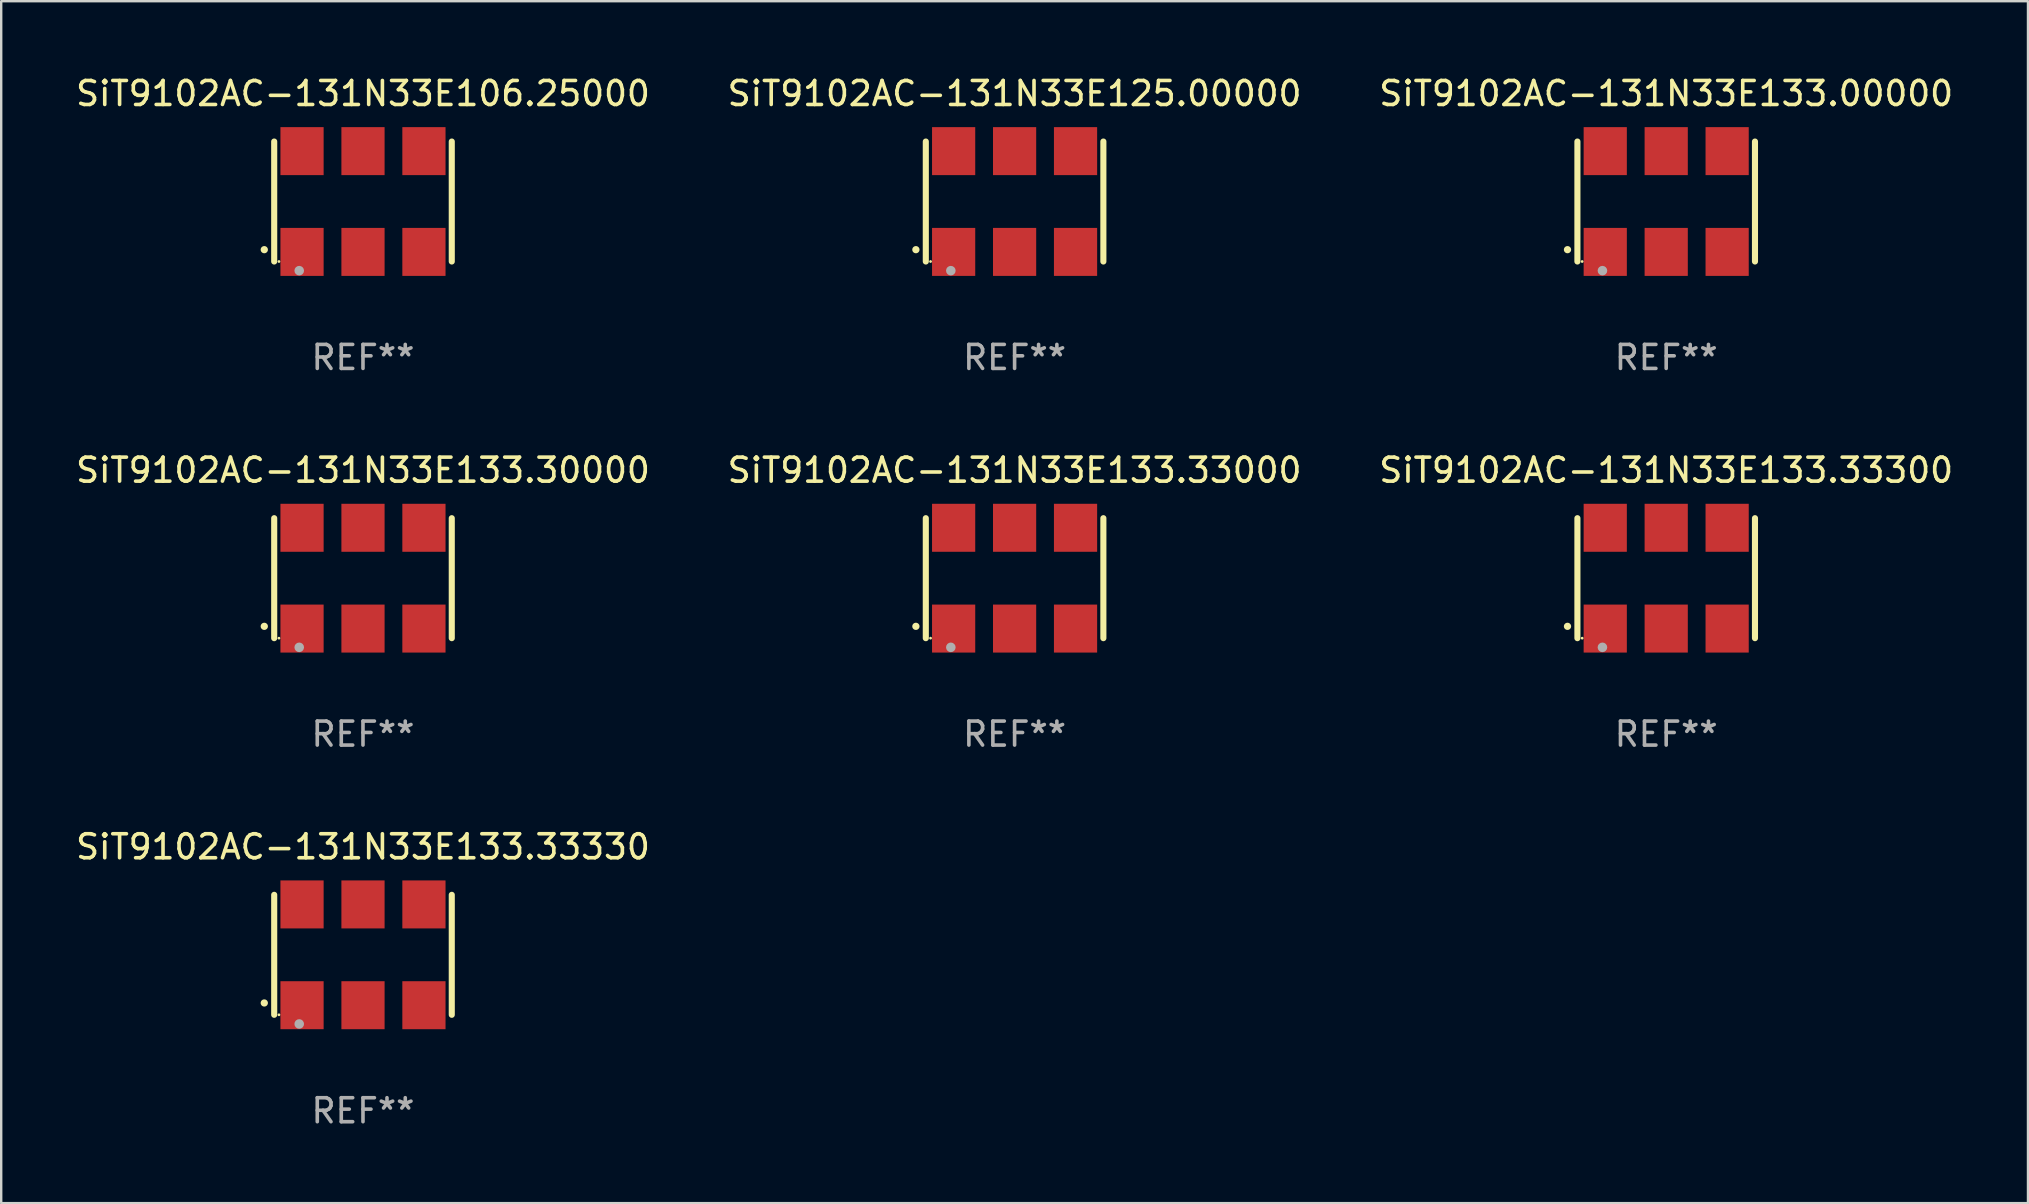
<source format=kicad_pcb>
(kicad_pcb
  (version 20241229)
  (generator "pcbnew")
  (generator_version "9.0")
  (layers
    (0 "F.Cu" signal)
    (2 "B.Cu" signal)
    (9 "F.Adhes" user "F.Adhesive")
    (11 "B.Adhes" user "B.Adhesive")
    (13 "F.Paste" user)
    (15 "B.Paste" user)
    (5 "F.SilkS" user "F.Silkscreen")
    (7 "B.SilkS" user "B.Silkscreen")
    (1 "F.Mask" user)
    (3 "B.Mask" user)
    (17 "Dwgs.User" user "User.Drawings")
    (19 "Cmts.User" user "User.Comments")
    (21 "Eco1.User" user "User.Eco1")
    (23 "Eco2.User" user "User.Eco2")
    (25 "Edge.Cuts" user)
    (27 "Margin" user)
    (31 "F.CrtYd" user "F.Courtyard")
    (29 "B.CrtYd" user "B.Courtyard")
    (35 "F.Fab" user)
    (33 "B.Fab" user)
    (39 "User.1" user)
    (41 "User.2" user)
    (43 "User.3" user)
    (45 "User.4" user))
  (footprint "SiT9102AC-131N33E133.33000"
    (layer "F.Cu")
    (at 39.232 21.045)
    (property "Reference" "SiT9102AC-131N33E133.33000" (at 0 -4.5 0) (layer "F.SilkS") (effects (font (size 1 1) (thickness 0.15))))
    (attr through_hole)
    (fp_line (start -3.7 -2.5) (end -3.7 2.5) (stroke (width 0.254) (type solid)) (layer "F.SilkS"))
    (fp_line (start 3.7 -2.5) (end 3.7 2.5) (stroke (width 0.254) (type solid)) (layer "F.SilkS"))
    (fp_arc (start -4.114415 2.006604) (mid -4.113145 2.006599) (end -4.111875 2.006604) (stroke (width 0.3) (type solid)) (layer "F.SilkS"))
    (fp_circle (center -3.502 2.5) (end -3.472 2.5) (stroke (width 0.06) (type solid)) (fill no) (layer "F.SilkS"))
    (fp_circle (center -2.657 2.882) (end -2.557 2.882) (stroke (width 0.2) (type solid)) (fill no) (layer "F.Fab"))
    (fp_text user "REF**" (at 0 6.5 0) (layer "F.Fab") (effects (font (size 1 1) (thickness 0.15))))
    (pad "1" smd rect (at -2.54 2.1) (size 1.8 2) (layers "F.Cu" "F.Mask" "F.Paste"))
    (pad "2" smd rect (at 0.000394 2.1) (size 1.8 2) (layers "F.Cu" "F.Mask" "F.Paste"))
    (pad "3" smd rect (at 2.54 2.1) (size 1.8 2) (layers "F.Cu" "F.Mask" "F.Paste"))
    (pad "4" smd rect (at 2.54 -2.1) (size 1.8 2) (layers "F.Cu" "F.Mask" "F.Paste"))
    (pad "5" smd rect (at 0.000394 -2.1) (size 1.8 2) (layers "F.Cu" "F.Mask" "F.Paste"))
    (pad "6" smd rect (at -2.54 -2.1) (size 1.8 2) (layers "F.Cu" "F.Mask" "F.Paste")))
  (footprint "SiT9102AC-131N33E106.25000"
    (layer "F.Cu")
    (at 12.077 5.348)
    (property "Reference" "SiT9102AC-131N33E106.25000" (at 0 -4.5 0) (layer "F.SilkS") (effects (font (size 1 1) (thickness 0.15))))
    (attr through_hole)
    (fp_line (start -3.7 -2.5) (end -3.7 2.5) (stroke (width 0.254) (type solid)) (layer "F.SilkS"))
    (fp_line (start 3.7 -2.5) (end 3.7 2.5) (stroke (width 0.254) (type solid)) (layer "F.SilkS"))
    (fp_arc (start -4.114415 2.006604) (mid -4.113145 2.006599) (end -4.111875 2.006604) (stroke (width 0.3) (type solid)) (layer "F.SilkS"))
    (fp_circle (center -3.502 2.5) (end -3.472 2.5) (stroke (width 0.06) (type solid)) (fill no) (layer "F.SilkS"))
    (fp_circle (center -2.657 2.882) (end -2.557 2.882) (stroke (width 0.2) (type solid)) (fill no) (layer "F.Fab"))
    (fp_text user "REF**" (at 0 6.5 0) (layer "F.Fab") (effects (font (size 1 1) (thickness 0.15))))
    (pad "1" smd rect (at -2.54 2.1) (size 1.8 2) (layers "F.Cu" "F.Mask" "F.Paste"))
    (pad "2" smd rect (at 0.000394 2.1) (size 1.8 2) (layers "F.Cu" "F.Mask" "F.Paste"))
    (pad "3" smd rect (at 2.54 2.1) (size 1.8 2) (layers "F.Cu" "F.Mask" "F.Paste"))
    (pad "4" smd rect (at 2.54 -2.1) (size 1.8 2) (layers "F.Cu" "F.Mask" "F.Paste"))
    (pad "5" smd rect (at 0.000394 -2.1) (size 1.8 2) (layers "F.Cu" "F.Mask" "F.Paste"))
    (pad "6" smd rect (at -2.54 -2.1) (size 1.8 2) (layers "F.Cu" "F.Mask" "F.Paste")))
  (footprint "SiT9102AC-131N33E133.00000"
    (layer "F.Cu")
    (at 66.387 5.348)
    (property "Reference" "SiT9102AC-131N33E133.00000" (at 0 -4.5 0) (layer "F.SilkS") (effects (font (size 1 1) (thickness 0.15))))
    (attr through_hole)
    (fp_line (start -3.7 -2.5) (end -3.7 2.5) (stroke (width 0.254) (type solid)) (layer "F.SilkS"))
    (fp_line (start 3.7 -2.5) (end 3.7 2.5) (stroke (width 0.254) (type solid)) (layer "F.SilkS"))
    (fp_arc (start -4.114415 2.006604) (mid -4.113145 2.006599) (end -4.111875 2.006604) (stroke (width 0.3) (type solid)) (layer "F.SilkS"))
    (fp_circle (center -3.502 2.5) (end -3.472 2.5) (stroke (width 0.06) (type solid)) (fill no) (layer "F.SilkS"))
    (fp_circle (center -2.657 2.882) (end -2.557 2.882) (stroke (width 0.2) (type solid)) (fill no) (layer "F.Fab"))
    (fp_text user "REF**" (at 0 6.5 0) (layer "F.Fab") (effects (font (size 1 1) (thickness 0.15))))
    (pad "1" smd rect (at -2.54 2.1) (size 1.8 2) (layers "F.Cu" "F.Mask" "F.Paste"))
    (pad "2" smd rect (at 0.000394 2.1) (size 1.8 2) (layers "F.Cu" "F.Mask" "F.Paste"))
    (pad "3" smd rect (at 2.54 2.1) (size 1.8 2) (layers "F.Cu" "F.Mask" "F.Paste"))
    (pad "4" smd rect (at 2.54 -2.1) (size 1.8 2) (layers "F.Cu" "F.Mask" "F.Paste"))
    (pad "5" smd rect (at 0.000394 -2.1) (size 1.8 2) (layers "F.Cu" "F.Mask" "F.Paste"))
    (pad "6" smd rect (at -2.54 -2.1) (size 1.8 2) (layers "F.Cu" "F.Mask" "F.Paste")))
  (footprint "SiT9102AC-131N33E133.33300"
    (layer "F.Cu")
    (at 66.387 21.045)
    (property "Reference" "SiT9102AC-131N33E133.33300" (at 0 -4.5 0) (layer "F.SilkS") (effects (font (size 1 1) (thickness 0.15))))
    (attr through_hole)
    (fp_line (start -3.7 -2.5) (end -3.7 2.5) (stroke (width 0.254) (type solid)) (layer "F.SilkS"))
    (fp_line (start 3.7 -2.5) (end 3.7 2.5) (stroke (width 0.254) (type solid)) (layer "F.SilkS"))
    (fp_arc (start -4.114415 2.006604) (mid -4.113145 2.006599) (end -4.111875 2.006604) (stroke (width 0.3) (type solid)) (layer "F.SilkS"))
    (fp_circle (center -3.502 2.5) (end -3.472 2.5) (stroke (width 0.06) (type solid)) (fill no) (layer "F.SilkS"))
    (fp_circle (center -2.657 2.882) (end -2.557 2.882) (stroke (width 0.2) (type solid)) (fill no) (layer "F.Fab"))
    (fp_text user "REF**" (at 0 6.5 0) (layer "F.Fab") (effects (font (size 1 1) (thickness 0.15))))
    (pad "1" smd rect (at -2.54 2.1) (size 1.8 2) (layers "F.Cu" "F.Mask" "F.Paste"))
    (pad "2" smd rect (at 0.000394 2.1) (size 1.8 2) (layers "F.Cu" "F.Mask" "F.Paste"))
    (pad "3" smd rect (at 2.54 2.1) (size 1.8 2) (layers "F.Cu" "F.Mask" "F.Paste"))
    (pad "4" smd rect (at 2.54 -2.1) (size 1.8 2) (layers "F.Cu" "F.Mask" "F.Paste"))
    (pad "5" smd rect (at 0.000394 -2.1) (size 1.8 2) (layers "F.Cu" "F.Mask" "F.Paste"))
    (pad "6" smd rect (at -2.54 -2.1) (size 1.8 2) (layers "F.Cu" "F.Mask" "F.Paste")))
  (footprint "SiT9102AC-131N33E133.30000"
    (layer "F.Cu")
    (at 12.077 21.045)
    (property "Reference" "SiT9102AC-131N33E133.30000" (at 0 -4.5 0) (layer "F.SilkS") (effects (font (size 1 1) (thickness 0.15))))
    (attr through_hole)
    (fp_line (start -3.7 -2.5) (end -3.7 2.5) (stroke (width 0.254) (type solid)) (layer "F.SilkS"))
    (fp_line (start 3.7 -2.5) (end 3.7 2.5) (stroke (width 0.254) (type solid)) (layer "F.SilkS"))
    (fp_arc (start -4.114415 2.006604) (mid -4.113145 2.006599) (end -4.111875 2.006604) (stroke (width 0.3) (type solid)) (layer "F.SilkS"))
    (fp_circle (center -3.502 2.5) (end -3.472 2.5) (stroke (width 0.06) (type solid)) (fill no) (layer "F.SilkS"))
    (fp_circle (center -2.657 2.882) (end -2.557 2.882) (stroke (width 0.2) (type solid)) (fill no) (layer "F.Fab"))
    (fp_text user "REF**" (at 0 6.5 0) (layer "F.Fab") (effects (font (size 1 1) (thickness 0.15))))
    (pad "1" smd rect (at -2.54 2.1) (size 1.8 2) (layers "F.Cu" "F.Mask" "F.Paste"))
    (pad "2" smd rect (at 0.000394 2.1) (size 1.8 2) (layers "F.Cu" "F.Mask" "F.Paste"))
    (pad "3" smd rect (at 2.54 2.1) (size 1.8 2) (layers "F.Cu" "F.Mask" "F.Paste"))
    (pad "4" smd rect (at 2.54 -2.1) (size 1.8 2) (layers "F.Cu" "F.Mask" "F.Paste"))
    (pad "5" smd rect (at 0.000394 -2.1) (size 1.8 2) (layers "F.Cu" "F.Mask" "F.Paste"))
    (pad "6" smd rect (at -2.54 -2.1) (size 1.8 2) (layers "F.Cu" "F.Mask" "F.Paste")))
  (footprint "SiT9102AC-131N33E133.33330"
    (layer "F.Cu")
    (at 12.077 36.741)
    (property "Reference" "SiT9102AC-131N33E133.33330" (at 0 -4.5 0) (layer "F.SilkS") (effects (font (size 1 1) (thickness 0.15))))
    (attr through_hole)
    (fp_line (start -3.7 -2.5) (end -3.7 2.5) (stroke (width 0.254) (type solid)) (layer "F.SilkS"))
    (fp_line (start 3.7 -2.5) (end 3.7 2.5) (stroke (width 0.254) (type solid)) (layer "F.SilkS"))
    (fp_arc (start -4.114415 2.006604) (mid -4.113145 2.006599) (end -4.111875 2.006604) (stroke (width 0.3) (type solid)) (layer "F.SilkS"))
    (fp_circle (center -3.502 2.5) (end -3.472 2.5) (stroke (width 0.06) (type solid)) (fill no) (layer "F.SilkS"))
    (fp_circle (center -2.657 2.882) (end -2.557 2.882) (stroke (width 0.2) (type solid)) (fill no) (layer "F.Fab"))
    (fp_text user "REF**" (at 0 6.5 0) (layer "F.Fab") (effects (font (size 1 1) (thickness 0.15))))
    (pad "1" smd rect (at -2.54 2.1) (size 1.8 2) (layers "F.Cu" "F.Mask" "F.Paste"))
    (pad "2" smd rect (at 0.000394 2.1) (size 1.8 2) (layers "F.Cu" "F.Mask" "F.Paste"))
    (pad "3" smd rect (at 2.54 2.1) (size 1.8 2) (layers "F.Cu" "F.Mask" "F.Paste"))
    (pad "4" smd rect (at 2.54 -2.1) (size 1.8 2) (layers "F.Cu" "F.Mask" "F.Paste"))
    (pad "5" smd rect (at 0.000394 -2.1) (size 1.8 2) (layers "F.Cu" "F.Mask" "F.Paste"))
    (pad "6" smd rect (at -2.54 -2.1) (size 1.8 2) (layers "F.Cu" "F.Mask" "F.Paste")))
  (footprint "SiT9102AC-131N33E125.00000"
    (layer "F.Cu")
    (at 39.232 5.348)
    (property "Reference" "SiT9102AC-131N33E125.00000" (at 0 -4.5 0) (layer "F.SilkS") (effects (font (size 1 1) (thickness 0.15))))
    (attr through_hole)
    (fp_line (start -3.7 -2.5) (end -3.7 2.5) (stroke (width 0.254) (type solid)) (layer "F.SilkS"))
    (fp_line (start 3.7 -2.5) (end 3.7 2.5) (stroke (width 0.254) (type solid)) (layer "F.SilkS"))
    (fp_arc (start -4.114415 2.006604) (mid -4.113145 2.006599) (end -4.111875 2.006604) (stroke (width 0.3) (type solid)) (layer "F.SilkS"))
    (fp_circle (center -3.502 2.5) (end -3.472 2.5) (stroke (width 0.06) (type solid)) (fill no) (layer "F.SilkS"))
    (fp_circle (center -2.657 2.882) (end -2.557 2.882) (stroke (width 0.2) (type solid)) (fill no) (layer "F.Fab"))
    (fp_text user "REF**" (at 0 6.5 0) (layer "F.Fab") (effects (font (size 1 1) (thickness 0.15))))
    (pad "1" smd rect (at -2.54 2.1) (size 1.8 2) (layers "F.Cu" "F.Mask" "F.Paste"))
    (pad "2" smd rect (at 0.000394 2.1) (size 1.8 2) (layers "F.Cu" "F.Mask" "F.Paste"))
    (pad "3" smd rect (at 2.54 2.1) (size 1.8 2) (layers "F.Cu" "F.Mask" "F.Paste"))
    (pad "4" smd rect (at 2.54 -2.1) (size 1.8 2) (layers "F.Cu" "F.Mask" "F.Paste"))
    (pad "5" smd rect (at 0.000394 -2.1) (size 1.8 2) (layers "F.Cu" "F.Mask" "F.Paste"))
    (pad "6" smd rect (at -2.54 -2.1) (size 1.8 2) (layers "F.Cu" "F.Mask" "F.Paste")))
  (gr_rect
    (start -3 -3)
    (end 81.464 47.09)
    (stroke (width 0.1) (type default))
    (fill no)
    (layer "Edge.Cuts")))
</source>
